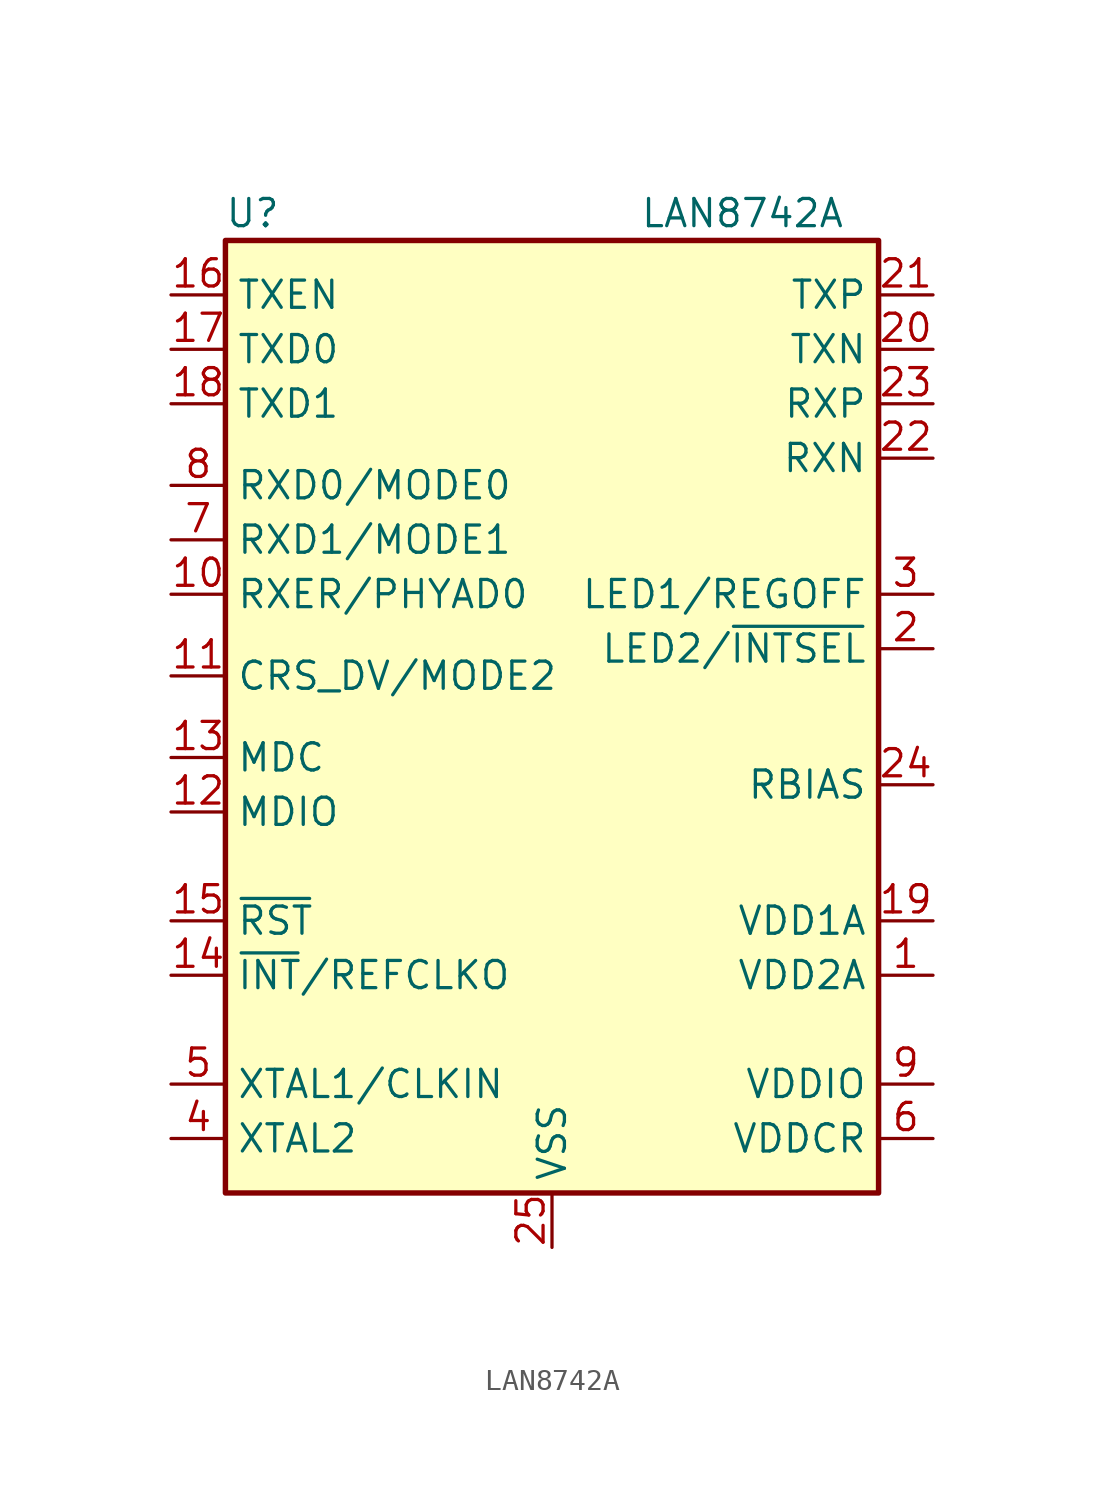
<source format=kicad_sym>
(kicad_symbol_lib
  (version 20211014)
  (generator kicad_symbol_editor)
  (symbol "LAN8742A"
    (property "Reference" "U"
      (at 3.81 3.81 0)
      (effects (font (size 1.27 1.27))))
    (property "Value" "LAN8742A"
      (at 26.67 3.81 0)
      (effects (font (size 1.27 1.27))))
    (symbol "LAN8742A_0_1"
      (rectangle (start 2.54 2.54) (end 33.02 -41.91) (stroke (width 0.254) (type default) (color 0 0 0 0)) (fill (type background))))
    (symbol "LAN8742A_1_1"
      (pin power_in line (at 35.56 -31.75 180) (length 2.54) (name "VDD2A" (effects (font (size 1.27 1.27)))) (number "1" (effects (font (size 1.27 1.27)))))
      (pin output line (at 0 -13.97 0) (length 2.54) (name "RXER/PHYAD0" (effects (font (size 1.27 1.27)))) (number "10" (effects (font (size 1.27 1.27)))))
      (pin output line (at 0 -17.78 0) (length 2.54) (name "CRS_DV/MODE2" (effects (font (size 1.27 1.27)))) (number "11" (effects (font (size 1.27 1.27)))))
      (pin bidirectional line (at 0 -24.13 0) (length 2.54) (name "MDIO" (effects (font (size 1.27 1.27)))) (number "12" (effects (font (size 1.27 1.27)))))
      (pin input line (at 0 -21.59 0) (length 2.54) (name "MDC" (effects (font (size 1.27 1.27)))) (number "13" (effects (font (size 1.27 1.27)))))
      (pin output line (at 0 -31.75 0) (length 2.54) (name "~{INT}/REFCLKO" (effects (font (size 1.27 1.27)))) (number "14" (effects (font (size 1.27 1.27)))))
      (pin input line (at 0 -29.21 0) (length 2.54) (name "~{RST}" (effects (font (size 1.27 1.27)))) (number "15" (effects (font (size 1.27 1.27)))))
      (pin input line (at 0 0 0) (length 2.54) (name "TXEN" (effects (font (size 1.27 1.27)))) (number "16" (effects (font (size 1.27 1.27)))))
      (pin input line (at 0 -2.54 0) (length 2.54) (name "TXD0" (effects (font (size 1.27 1.27)))) (number "17" (effects (font (size 1.27 1.27)))))
      (pin input line (at 0 -5.08 0) (length 2.54) (name "TXD1" (effects (font (size 1.27 1.27)))) (number "18" (effects (font (size 1.27 1.27)))))
      (pin power_in line (at 35.56 -29.21 180) (length 2.54) (name "VDD1A" (effects (font (size 1.27 1.27)))) (number "19" (effects (font (size 1.27 1.27)))))
      (pin bidirectional line (at 35.56 -16.51 180) (length 2.54) (name "LED2/~{INTSEL}" (effects (font (size 1.27 1.27)))) (number "2" (effects (font (size 1.27 1.27)))))
      (pin output line (at 35.56 -2.54 180) (length 2.54) (name "TXN" (effects (font (size 1.27 1.27)))) (number "20" (effects (font (size 1.27 1.27)))))
      (pin output line (at 35.56 0 180) (length 2.54) (name "TXP" (effects (font (size 1.27 1.27)))) (number "21" (effects (font (size 1.27 1.27)))))
      (pin output line (at 35.56 -7.62 180) (length 2.54) (name "RXN" (effects (font (size 1.27 1.27)))) (number "22" (effects (font (size 1.27 1.27)))))
      (pin output line (at 35.56 -5.08 180) (length 2.54) (name "RXP" (effects (font (size 1.27 1.27)))) (number "23" (effects (font (size 1.27 1.27)))))
      (pin input line (at 35.56 -22.86 180) (length 2.54) (name "RBIAS" (effects (font (size 1.27 1.27)))) (number "24" (effects (font (size 1.27 1.27)))))
      (pin power_in line (at 17.78 -44.45 90) (length 2.54) (name "VSS" (effects (font (size 1.27 1.27)))) (number "25" (effects (font (size 1.27 1.27)))))
      (pin bidirectional line (at 35.56 -13.97 180) (length 2.54) (name "LED1/REGOFF" (effects (font (size 1.27 1.27)))) (number "3" (effects (font (size 1.27 1.27)))))
      (pin passive line (at 0 -39.37 0) (length 2.54) (name "XTAL2" (effects (font (size 1.27 1.27)))) (number "4" (effects (font (size 1.27 1.27)))))
      (pin passive line (at 0 -36.83 0) (length 2.54) (name "XTAL1/CLKIN" (effects (font (size 1.27 1.27)))) (number "5" (effects (font (size 1.27 1.27)))))
      (pin power_in line (at 35.56 -39.37 180) (length 2.54) (name "VDDCR" (effects (font (size 1.27 1.27)))) (number "6" (effects (font (size 1.27 1.27)))))
      (pin output line (at 0 -11.43 0) (length 2.54) (name "RXD1/MODE1" (effects (font (size 1.27 1.27)))) (number "7" (effects (font (size 1.27 1.27)))))
      (pin output line (at 0 -8.89 0) (length 2.54) (name "RXD0/MODE0" (effects (font (size 1.27 1.27)))) (number "8" (effects (font (size 1.27 1.27)))))
      (pin power_in line (at 35.56 -36.83 180) (length 2.54) (name "VDDIO" (effects (font (size 1.27 1.27)))) (number "9" (effects (font (size 1.27 1.27))))))))
</source>
